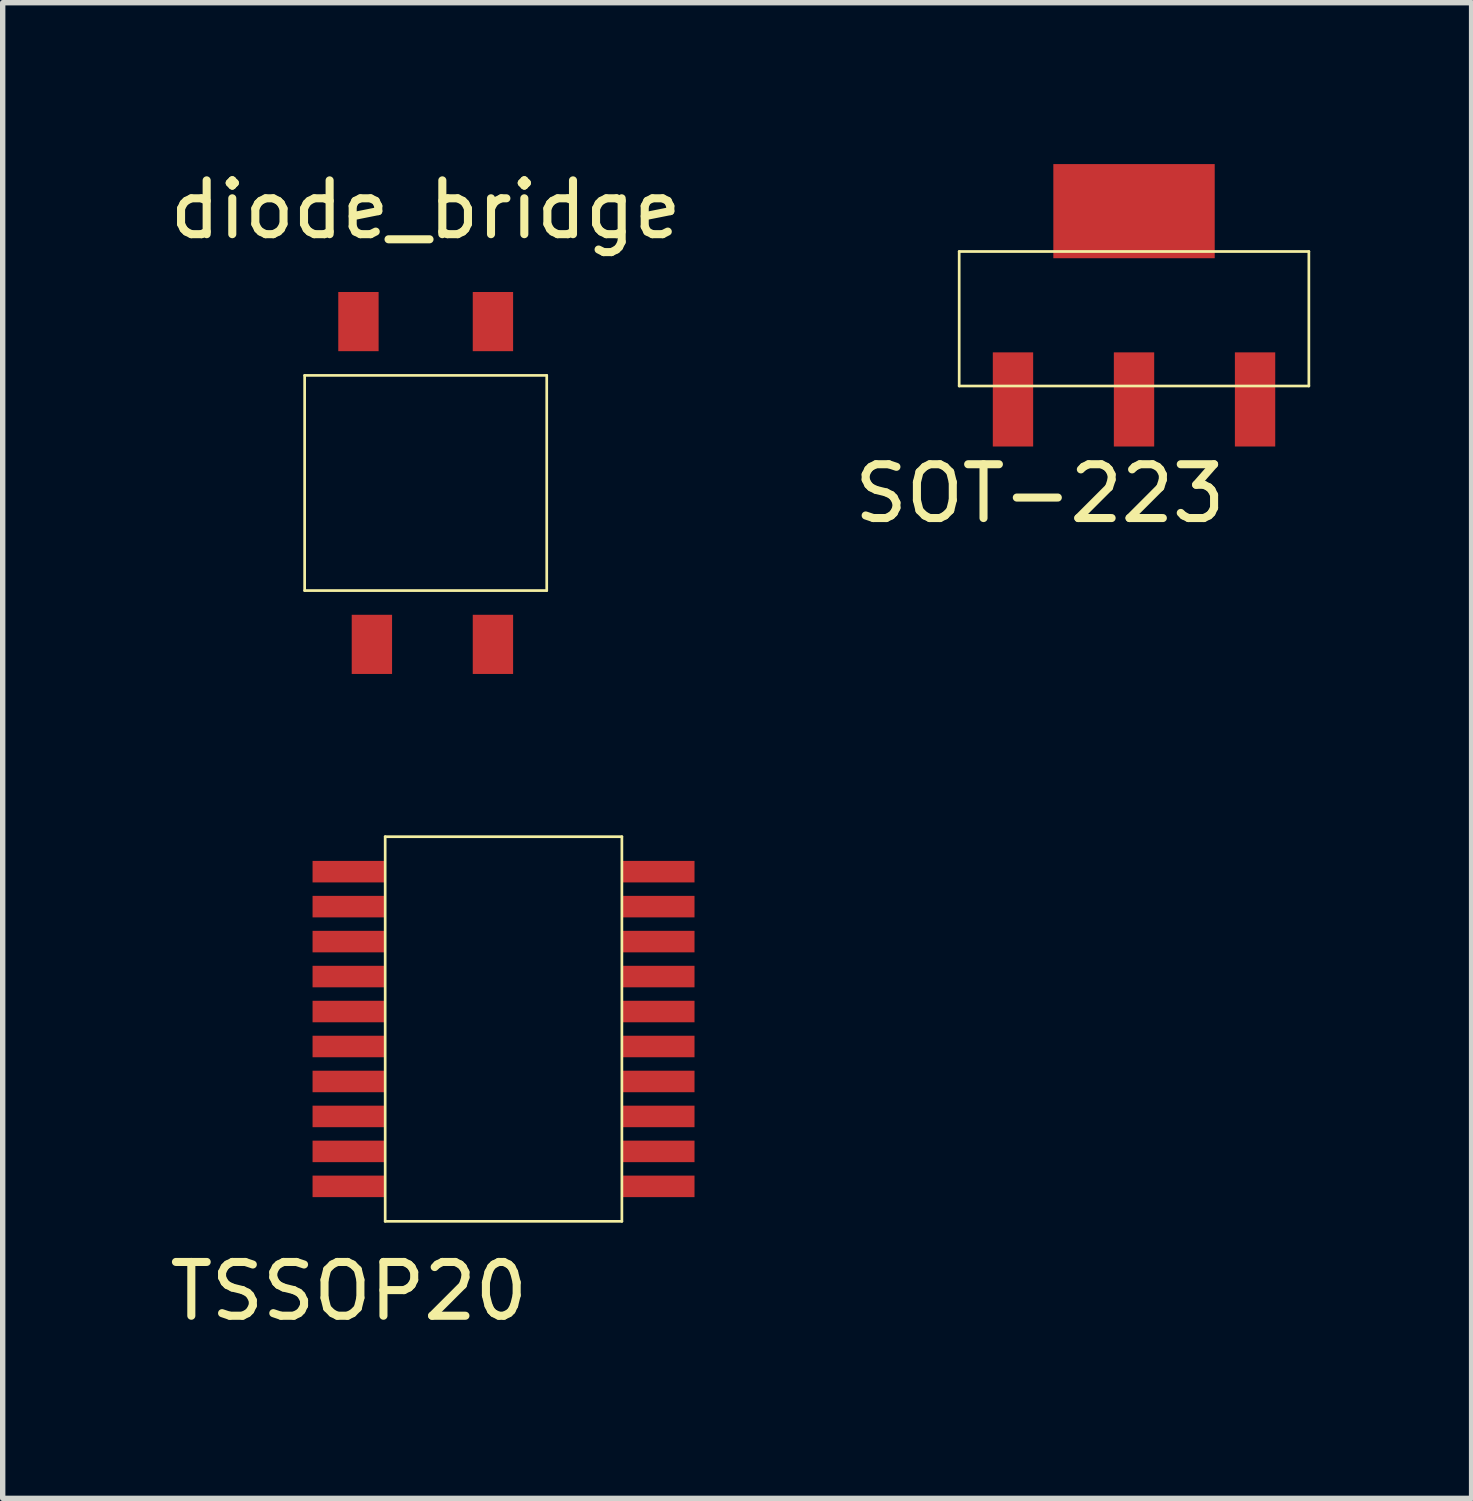
<source format=kicad_pcb>
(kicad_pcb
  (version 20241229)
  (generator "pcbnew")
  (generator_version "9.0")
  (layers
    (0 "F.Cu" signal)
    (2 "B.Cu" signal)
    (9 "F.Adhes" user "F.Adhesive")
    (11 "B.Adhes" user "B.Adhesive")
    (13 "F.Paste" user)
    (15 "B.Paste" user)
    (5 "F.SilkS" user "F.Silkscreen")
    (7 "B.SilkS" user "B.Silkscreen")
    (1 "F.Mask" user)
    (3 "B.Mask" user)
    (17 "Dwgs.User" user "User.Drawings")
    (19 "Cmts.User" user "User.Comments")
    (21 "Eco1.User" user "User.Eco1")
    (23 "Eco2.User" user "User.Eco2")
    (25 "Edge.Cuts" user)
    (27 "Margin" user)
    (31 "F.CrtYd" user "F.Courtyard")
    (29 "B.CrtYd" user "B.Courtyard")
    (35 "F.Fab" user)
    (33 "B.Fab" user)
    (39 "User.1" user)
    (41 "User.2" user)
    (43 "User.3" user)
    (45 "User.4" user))
  (footprint "SOT-223"
    (layer "F.Cu")
    (at 18.03 2.625)
    (property "Reference" "SOT-223" (at -1.75 3.5 0) (layer "F.SilkS") (effects (font (size 1 1) (thickness 0.15))))
    (attr through_hole)
    (fp_line (start -3.25 -1) (end -3.25 1.5) (stroke (width 0.05) (type solid)) (layer "F.SilkS"))
    (fp_line (start -3.25 1.5) (end 3.25 1.5) (stroke (width 0.05) (type solid)) (layer "F.SilkS"))
    (fp_line (start 3.25 -1) (end -3.25 -1) (stroke (width 0.05) (type solid)) (layer "F.SilkS"))
    (fp_line (start 3.25 1.5) (end 3.25 -1) (stroke (width 0.05) (type solid)) (layer "F.SilkS"))
    (pad "1" smd rect (at -2.25 1.75) (size 0.75 1.75) (layers "F.Cu" "F.Mask" "F.Paste"))
    (pad "2" smd rect (at 0 -1.75) (size 3 1.75) (layers "F.Cu" "F.Mask" "F.Paste"))
    (pad "2" smd rect (at 0 1.75) (size 0.75 1.75) (layers "F.Cu" "F.Mask" "F.Paste"))
    (pad "3" smd rect (at 2.25 1.75) (size 0.75 1.75) (layers "F.Cu" "F.Mask" "F.Paste")))
  (footprint "diode_bridge"
    (layer "F.Cu")
    (at 4.863 5.928)
    (property "Reference" "diode_bridge" (at 0 -5.08 0) (layer "F.SilkS") (effects (font (size 1 1) (thickness 0.15))))
    (attr through_hole)
    (fp_line (start -2.25 -2) (end 2.25 -2) (stroke (width 0.05) (type solid)) (layer "F.SilkS"))
    (fp_line (start -2.25 2) (end -2.25 -2) (stroke (width 0.05) (type solid)) (layer "F.SilkS"))
    (fp_line (start -2.25 2) (end 2.25 2) (stroke (width 0.05) (type solid)) (layer "F.SilkS"))
    (fp_line (start 2.25 -2) (end 2.25 2) (stroke (width 0.05) (type solid)) (layer "F.SilkS"))
    (pad "1" smd rect (at -1.25 -3) (size 0.75 1.1) (layers "F.Cu" "F.Mask" "F.Paste"))
    (pad "2" smd rect (at -1 3) (size 0.75 1.1) (layers "F.Cu" "F.Mask" "F.Paste"))
    (pad "3" smd rect (at 1.25 -3) (size 0.75 1.1) (layers "F.Cu" "F.Mask" "F.Paste"))
    (pad "4" smd rect (at 1.25 3) (size 0.75 1.1) (layers "F.Cu" "F.Mask" "F.Paste")))
  (footprint "TSSOP20"
    (layer "F.Cu")
    (at 6.31 17.703)
    (property "Reference" "TSSOP20" (at -2.875 3.25 0) (layer "F.SilkS") (effects (font (size 1 1) (thickness 0.15))))
    (attr through_hole)
    (fp_line (start -2.2 -5.2) (end -2.2 1.95) (stroke (width 0.05) (type solid)) (layer "F.SilkS"))
    (fp_line (start -2.2 1.95) (end 2.2 1.95) (stroke (width 0.05) (type solid)) (layer "F.SilkS"))
    (fp_line (start 2.2 -5.2) (end -2.2 -5.2) (stroke (width 0.05) (type solid)) (layer "F.SilkS"))
    (fp_line (start 2.2 1.95) (end 2.2 -5.2) (stroke (width 0.05) (type solid)) (layer "F.SilkS"))
    (pad "1" smd trapezoid (at -2.875 -4.55) (size 1.35 0.4) (layers "F.Cu" "F.Mask" "F.Paste"))
    (pad "2" smd trapezoid (at -2.875 -3.9) (size 1.35 0.4) (layers "F.Cu" "F.Mask" "F.Paste"))
    (pad "3" smd trapezoid (at -2.875 -3.25) (size 1.35 0.4) (layers "F.Cu" "F.Mask" "F.Paste"))
    (pad "4" smd trapezoid (at -2.875 -2.6) (size 1.35 0.4) (layers "F.Cu" "F.Mask" "F.Paste"))
    (pad "5" smd trapezoid (at -2.875 -1.95) (size 1.35 0.4) (layers "F.Cu" "F.Mask" "F.Paste"))
    (pad "6" smd trapezoid (at -2.875 -1.3) (size 1.35 0.4) (layers "F.Cu" "F.Mask" "F.Paste"))
    (pad "7" smd trapezoid (at -2.875 -0.65) (size 1.35 0.4) (layers "F.Cu" "F.Mask" "F.Paste"))
    (pad "8" smd trapezoid (at -2.875 0) (size 1.35 0.4) (layers "F.Cu" "F.Mask" "F.Paste"))
    (pad "9" smd trapezoid (at -2.875 0.65) (size 1.35 0.4) (layers "F.Cu" "F.Mask" "F.Paste"))
    (pad "10" smd trapezoid (at -2.875 1.3) (size 1.35 0.4) (layers "F.Cu" "F.Mask" "F.Paste"))
    (pad "11" smd trapezoid (at 2.875 1.3) (size 1.35 0.4) (layers "F.Cu" "F.Mask" "F.Paste"))
    (pad "12" smd trapezoid (at 2.875 0.65) (size 1.35 0.4) (layers "F.Cu" "F.Mask" "F.Paste"))
    (pad "13" smd trapezoid (at 2.875 0) (size 1.35 0.4) (layers "F.Cu" "F.Mask" "F.Paste"))
    (pad "14" smd trapezoid (at 2.875 -0.65) (size 1.35 0.4) (layers "F.Cu" "F.Mask" "F.Paste"))
    (pad "15" smd trapezoid (at 2.875 -1.3) (size 1.35 0.4) (layers "F.Cu" "F.Mask" "F.Paste"))
    (pad "16" smd trapezoid (at 2.875 -1.95) (size 1.35 0.4) (layers "F.Cu" "F.Mask" "F.Paste"))
    (pad "17" smd trapezoid (at 2.875 -2.6) (size 1.35 0.4) (layers "F.Cu" "F.Mask" "F.Paste"))
    (pad "18" smd trapezoid (at 2.875 -3.25) (size 1.35 0.4) (layers "F.Cu" "F.Mask" "F.Paste"))
    (pad "19" smd trapezoid (at 2.875 -3.9) (size 1.35 0.4) (layers "F.Cu" "F.Mask" "F.Paste"))
    (pad "20" smd trapezoid (at 2.875 -4.55) (size 1.35 0.4) (layers "F.Cu" "F.Mask" "F.Paste")))
  (gr_rect
    (start -3 -3)
    (end 24.305 24.802)
    (stroke (width 0.1) (type default))
    (fill no)
    (layer "Edge.Cuts")))
</source>
